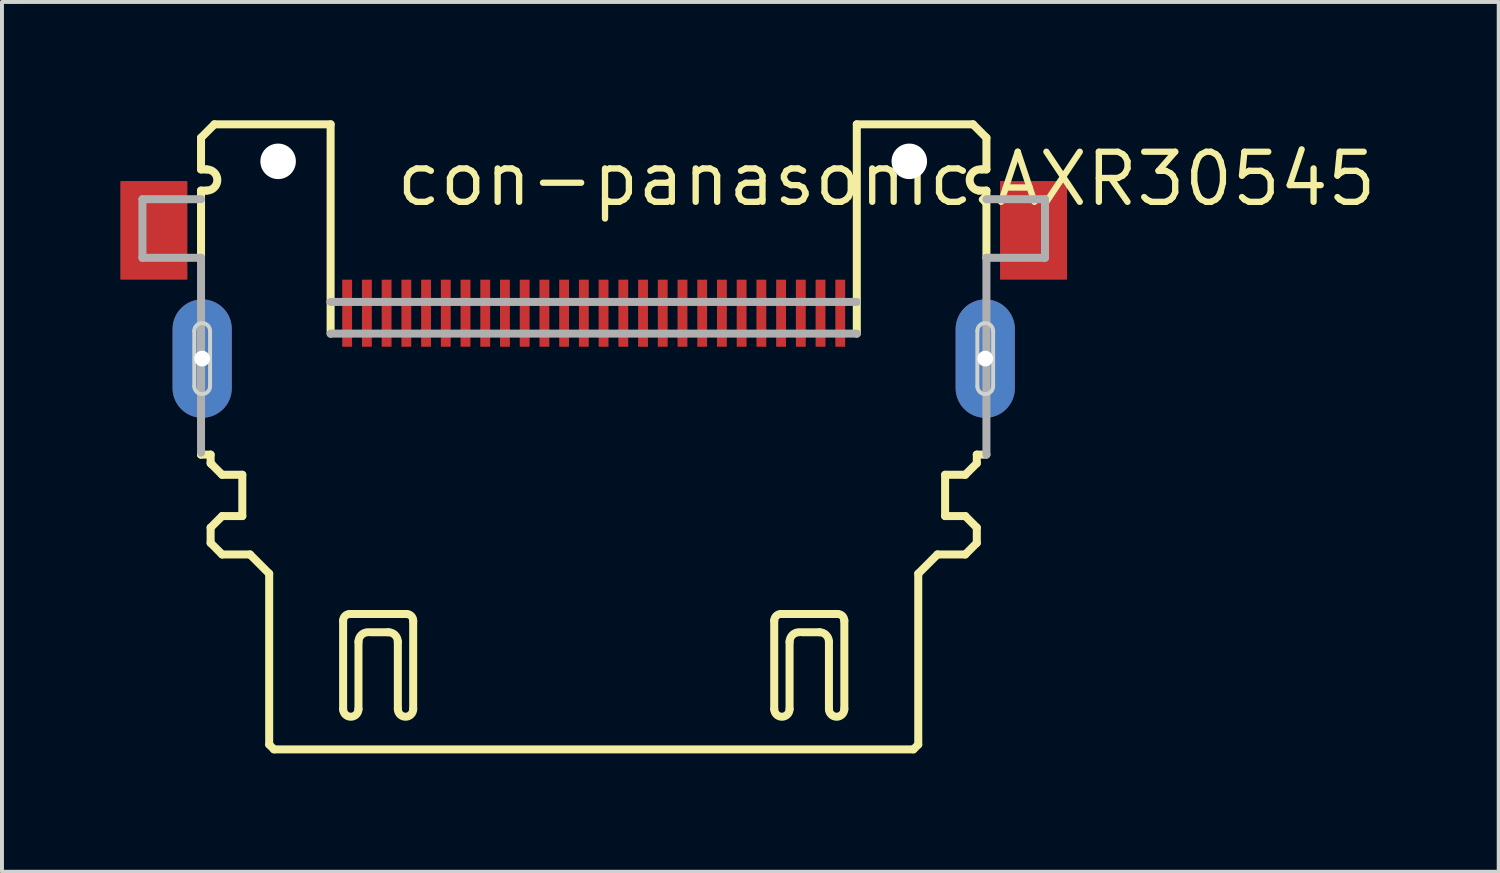
<source format=kicad_pcb>
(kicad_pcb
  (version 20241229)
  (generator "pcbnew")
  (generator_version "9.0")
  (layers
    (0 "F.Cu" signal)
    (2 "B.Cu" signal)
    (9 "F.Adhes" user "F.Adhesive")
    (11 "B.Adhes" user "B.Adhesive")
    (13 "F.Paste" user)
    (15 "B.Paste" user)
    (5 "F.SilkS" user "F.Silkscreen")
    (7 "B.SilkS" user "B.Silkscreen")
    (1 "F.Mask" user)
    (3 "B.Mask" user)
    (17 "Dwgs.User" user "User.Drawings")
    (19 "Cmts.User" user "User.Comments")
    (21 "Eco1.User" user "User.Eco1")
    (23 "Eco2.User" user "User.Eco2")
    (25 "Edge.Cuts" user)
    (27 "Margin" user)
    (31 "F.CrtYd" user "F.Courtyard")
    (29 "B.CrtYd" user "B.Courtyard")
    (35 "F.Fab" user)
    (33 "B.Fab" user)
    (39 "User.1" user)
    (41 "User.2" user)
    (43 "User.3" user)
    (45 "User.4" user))
  (footprint "con-panasonic.AXR30545"
    (layer "F.Cu")
    (at 12 6.04)
    (property "Reference" "con-panasonic.AXR30545" (at -5.08 -3.81 0) (layer "F.SilkS") (effects (font (size 1.27 1.27) (thickness 0.16)) (justify left bottom)))
    (attr smd)
    (fp_rect (start -6.4 -0.25) (end -6.1 -2.05) (stroke (width 0.05) (type default)) (fill yes) (layer "F.Mask"))
    (fp_rect (start -5.9 -0.25) (end -5.6 -2.05) (stroke (width 0.05) (type default)) (fill yes) (layer "F.Mask"))
    (fp_rect (start -5.4 -0.25) (end -5.1 -2.05) (stroke (width 0.05) (type default)) (fill yes) (layer "F.Mask"))
    (fp_rect (start -4.9 -0.25) (end -4.6 -2.05) (stroke (width 0.05) (type default)) (fill yes) (layer "F.Mask"))
    (fp_rect (start -4.4 -0.25) (end -4.1 -2.05) (stroke (width 0.05) (type default)) (fill yes) (layer "F.Mask"))
    (fp_rect (start -3.9 -0.25) (end -3.6 -2.05) (stroke (width 0.05) (type default)) (fill yes) (layer "F.Mask"))
    (fp_rect (start -3.4 -0.25) (end -3.1 -2.05) (stroke (width 0.05) (type default)) (fill yes) (layer "F.Mask"))
    (fp_rect (start -2.9 -0.25) (end -2.6 -2.05) (stroke (width 0.05) (type default)) (fill yes) (layer "F.Mask"))
    (fp_rect (start -2.4 -0.25) (end -2.1 -2.05) (stroke (width 0.05) (type default)) (fill yes) (layer "F.Mask"))
    (fp_rect (start -1.9 -0.25) (end -1.6 -2.05) (stroke (width 0.05) (type default)) (fill yes) (layer "F.Mask"))
    (fp_rect (start -1.4 -0.25) (end -1.1 -2.05) (stroke (width 0.05) (type default)) (fill yes) (layer "F.Mask"))
    (fp_rect (start -0.9 -0.25) (end -0.6 -2.05) (stroke (width 0.05) (type default)) (fill yes) (layer "F.Mask"))
    (fp_rect (start -0.4 -0.25) (end -0.1 -2.05) (stroke (width 0.05) (type default)) (fill yes) (layer "F.Mask"))
    (fp_rect (start 0.1 -0.25) (end 0.4 -2.05) (stroke (width 0.05) (type default)) (fill yes) (layer "F.Mask"))
    (fp_rect (start 0.6 -0.25) (end 0.9 -2.05) (stroke (width 0.05) (type default)) (fill yes) (layer "F.Mask"))
    (fp_rect (start 1.1 -0.25) (end 1.4 -2.05) (stroke (width 0.05) (type default)) (fill yes) (layer "F.Mask"))
    (fp_rect (start 1.6 -0.25) (end 1.9 -2.05) (stroke (width 0.05) (type default)) (fill yes) (layer "F.Mask"))
    (fp_rect (start 2.1 -0.25) (end 2.4 -2.05) (stroke (width 0.05) (type default)) (fill yes) (layer "F.Mask"))
    (fp_rect (start 2.6 -0.25) (end 2.9 -2.05) (stroke (width 0.05) (type default)) (fill yes) (layer "F.Mask"))
    (fp_rect (start 3.1 -0.25) (end 3.4 -2.05) (stroke (width 0.05) (type default)) (fill yes) (layer "F.Mask"))
    (fp_rect (start 3.6 -0.25) (end 3.9 -2.05) (stroke (width 0.05) (type default)) (fill yes) (layer "F.Mask"))
    (fp_rect (start 4.1 -0.25) (end 4.4 -2.05) (stroke (width 0.05) (type default)) (fill yes) (layer "F.Mask"))
    (fp_rect (start 4.6 -0.25) (end 4.9 -2.05) (stroke (width 0.05) (type default)) (fill yes) (layer "F.Mask"))
    (fp_rect (start 5.1 -0.25) (end 5.4 -2.05) (stroke (width 0.05) (type default)) (fill yes) (layer "F.Mask"))
    (fp_rect (start 5.6 -0.25) (end 5.9 -2.05) (stroke (width 0.05) (type default)) (fill yes) (layer "F.Mask"))
    (fp_rect (start 6.1 -0.25) (end 6.4 -2.05) (stroke (width 0.05) (type default)) (fill yes) (layer "F.Mask"))
    (fp_line (start -9.955 2.434) (end -9.954 2.385) (stroke (width 0.203) (type default)) (layer "F.SilkS"))
    (fp_line (start -9.954 -5.598) (end -9.614 -5.939) (stroke (width 0.203) (type default)) (layer "F.SilkS"))
    (fp_line (start -9.954 -4.795) (end -9.954 -5.598) (stroke (width 0.203) (type default)) (layer "F.SilkS"))
    (fp_line (start -9.954 -4.259) (end -9.809 -4.259) (stroke (width 0.203) (type default)) (layer "F.SilkS"))
    (fp_line (start -9.954 -4.04) (end -9.954 -4.259) (stroke (width 0.203) (type default)) (layer "F.SilkS"))
    (fp_line (start -9.954 -4.04) (end -9.954 -2.555) (stroke (width 0.203) (type default)) (layer "F.SilkS"))
    (fp_line (start -9.809 -4.795) (end -9.954 -4.795) (stroke (width 0.203) (type default)) (layer "F.SilkS"))
    (fp_line (start -9.711 2.434) (end -9.955 2.434) (stroke (width 0.203) (type default)) (layer "F.SilkS"))
    (fp_line (start -9.711 2.653) (end -9.711 2.434) (stroke (width 0.203) (type default)) (layer "F.SilkS"))
    (fp_line (start -9.711 4.284) (end -9.419 3.992) (stroke (width 0.203) (type default)) (layer "F.SilkS"))
    (fp_line (start -9.711 4.673) (end -9.711 4.284) (stroke (width 0.203) (type default)) (layer "F.SilkS"))
    (fp_line (start -9.687 2.677) (end -9.711 2.653) (stroke (width 0.203) (type default)) (layer "F.SilkS"))
    (fp_line (start -9.687 2.677) (end -9.687 2.677) (stroke (width 0.203) (type default)) (layer "F.SilkS"))
    (fp_line (start -9.614 -5.939) (end -6.669 -5.939) (stroke (width 0.203) (type default)) (layer "F.SilkS"))
    (fp_line (start -9.419 2.945) (end -9.687 2.677) (stroke (width 0.203) (type default)) (layer "F.SilkS"))
    (fp_line (start -9.419 3.992) (end -8.908 3.992) (stroke (width 0.203) (type default)) (layer "F.SilkS"))
    (fp_line (start -9.419 4.965) (end -9.711 4.673) (stroke (width 0.203) (type default)) (layer "F.SilkS"))
    (fp_line (start -8.908 2.945) (end -9.419 2.945) (stroke (width 0.203) (type default)) (layer "F.SilkS"))
    (fp_line (start -8.908 3.992) (end -8.908 2.945) (stroke (width 0.203) (type default)) (layer "F.SilkS"))
    (fp_line (start -8.713 4.965) (end -9.419 4.965) (stroke (width 0.203) (type default)) (layer "F.SilkS"))
    (fp_line (start -8.226 5.452) (end -8.713 4.965) (stroke (width 0.203) (type default)) (layer "F.SilkS"))
    (fp_line (start -8.226 9.784) (end -8.226 5.452) (stroke (width 0.203) (type default)) (layer "F.SilkS"))
    (fp_line (start -8.105 9.906) (end -8.226 9.784) (stroke (width 0.203) (type default)) (layer "F.SilkS"))
    (fp_line (start -6.669 -5.939) (end -6.669 -1.436) (stroke (width 0.203) (type default)) (layer "F.SilkS"))
    (fp_line (start -6.669 -1.436) (end -6.669 -0.633) (stroke (width 0.203) (type default)) (layer "F.SilkS"))
    (fp_line (start -6.352 8.884) (end -6.352 6.645) (stroke (width 0.203) (type default)) (layer "F.SilkS"))
    (fp_line (start -6.182 6.474) (end -4.746 6.474) (stroke (width 0.203) (type default)) (layer "F.SilkS"))
    (fp_line (start -5.963 7.18) (end -5.963 8.884) (stroke (width 0.203) (type default)) (layer "F.SilkS"))
    (fp_line (start -5.208 6.937) (end -5.646 6.937) (stroke (width 0.203) (type default)) (layer "F.SilkS"))
    (fp_line (start -4.965 8.884) (end -4.965 7.18) (stroke (width 0.203) (type default)) (layer "F.SilkS"))
    (fp_line (start -4.576 6.645) (end -4.576 8.884) (stroke (width 0.203) (type default)) (layer "F.SilkS"))
    (fp_line (start 4.576 8.884) (end 4.576 6.645) (stroke (width 0.203) (type default)) (layer "F.SilkS"))
    (fp_line (start 4.746 6.474) (end 6.182 6.474) (stroke (width 0.203) (type default)) (layer "F.SilkS"))
    (fp_line (start 4.965 7.18) (end 4.965 8.884) (stroke (width 0.203) (type default)) (layer "F.SilkS"))
    (fp_line (start 5.72 6.937) (end 5.282 6.937) (stroke (width 0.203) (type default)) (layer "F.SilkS"))
    (fp_line (start 5.963 8.884) (end 5.963 7.18) (stroke (width 0.203) (type default)) (layer "F.SilkS"))
    (fp_line (start 6.353 6.645) (end 6.353 8.884) (stroke (width 0.203) (type default)) (layer "F.SilkS"))
    (fp_line (start 6.669 -5.939) (end 9.614 -5.939) (stroke (width 0.203) (type default)) (layer "F.SilkS"))
    (fp_line (start 6.669 -1.436) (end 6.669 -5.939) (stroke (width 0.203) (type default)) (layer "F.SilkS"))
    (fp_line (start 6.669 -0.633) (end 6.669 -1.436) (stroke (width 0.203) (type default)) (layer "F.SilkS"))
    (fp_line (start 8.105 9.906) (end -8.105 9.906) (stroke (width 0.203) (type default)) (layer "F.SilkS"))
    (fp_line (start 8.227 5.452) (end 8.227 9.784) (stroke (width 0.203) (type default)) (layer "F.SilkS"))
    (fp_line (start 8.227 9.784) (end 8.105 9.906) (stroke (width 0.203) (type default)) (layer "F.SilkS"))
    (fp_line (start 8.713 4.965) (end 8.227 5.452) (stroke (width 0.203) (type default)) (layer "F.SilkS"))
    (fp_line (start 8.908 2.945) (end 8.908 3.992) (stroke (width 0.203) (type default)) (layer "F.SilkS"))
    (fp_line (start 8.908 3.992) (end 9.419 3.992) (stroke (width 0.203) (type default)) (layer "F.SilkS"))
    (fp_line (start 9.419 2.945) (end 8.908 2.945) (stroke (width 0.203) (type default)) (layer "F.SilkS"))
    (fp_line (start 9.419 3.992) (end 9.711 4.284) (stroke (width 0.203) (type default)) (layer "F.SilkS"))
    (fp_line (start 9.419 4.965) (end 8.713 4.965) (stroke (width 0.203) (type default)) (layer "F.SilkS"))
    (fp_line (start 9.614 -5.939) (end 9.955 -5.598) (stroke (width 0.203) (type default)) (layer "F.SilkS"))
    (fp_line (start 9.711 4.673) (end 9.419 4.965) (stroke (width 0.203) (type default)) (layer "F.SilkS"))
    (fp_line (start 9.711 2.434) (end 9.711 2.653) (stroke (width 0.203) (type default)) (layer "F.SilkS"))
    (fp_line (start 9.711 2.653) (end 9.419 2.945) (stroke (width 0.203) (type default)) (layer "F.SilkS"))
    (fp_line (start 9.711 4.284) (end 9.711 4.673) (stroke (width 0.203) (type default)) (layer "F.SilkS"))
    (fp_line (start 9.76 -4.259) (end 9.955 -4.259) (stroke (width 0.203) (type default)) (layer "F.SilkS"))
    (fp_line (start 9.955 -5.598) (end 9.955 -4.795) (stroke (width 0.203) (type default)) (layer "F.SilkS"))
    (fp_line (start 9.955 -4.795) (end 9.833 -4.795) (stroke (width 0.203) (type default)) (layer "F.SilkS"))
    (fp_line (start 9.955 -2.555) (end 9.955 -4.04) (stroke (width 0.203) (type default)) (layer "F.SilkS"))
    (fp_line (start 9.955 2.434) (end 9.711 2.434) (stroke (width 0.203) (type default)) (layer "F.SilkS"))
    (fp_line (start 9.955 -4.259) (end 9.955 -4.04) (stroke (width 0.203) (type default)) (layer "F.SilkS"))
    (fp_arc (start -9.8085 -4.7947) (mid -9.54075 -4.52695) (end -9.8085 -4.2592) (stroke (width 0.2032) (type default)) (layer "F.SilkS"))
    (fp_arc (start -6.3524 6.6447) (mid -6.302491 6.524209) (end -6.182 6.4743) (stroke (width 0.2032) (type default)) (layer "F.SilkS"))
    (fp_arc (start -5.963 7.1801) (mid -5.89171 7.00799) (end -5.7196 6.9367) (stroke (width 0.2032) (type default)) (layer "F.SilkS"))
    (fp_arc (start -5.9629 8.8838) (mid -6.15765 9.07855) (end -6.3524 8.8838) (stroke (width 0.2032) (type default)) (layer "F.SilkS"))
    (fp_arc (start -5.2084 6.9367) (mid -5.03629 7.00799) (end -4.965 7.1801) (stroke (width 0.2032) (type default)) (layer "F.SilkS"))
    (fp_arc (start -4.746 6.4743) (mid -4.625509 6.524209) (end -4.5756 6.6447) (stroke (width 0.2032) (type default)) (layer "F.SilkS"))
    (fp_arc (start -4.5756 8.8838) (mid -4.7703 9.0785) (end -4.965 8.8838) (stroke (width 0.2032) (type default)) (layer "F.SilkS"))
    (fp_arc (start 4.5759 6.6447) (mid 4.625809 6.524209) (end 4.7463 6.4743) (stroke (width 0.2032) (type default)) (layer "F.SilkS"))
    (fp_arc (start 4.9653 7.1801) (mid 5.03659 7.00799) (end 5.2087 6.9367) (stroke (width 0.2032) (type default)) (layer "F.SilkS"))
    (fp_arc (start 4.9654 8.8838) (mid 4.77065 9.07855) (end 4.5759 8.8838) (stroke (width 0.2032) (type default)) (layer "F.SilkS"))
    (fp_arc (start 5.7199 6.9367) (mid 5.89201 7.00799) (end 5.9633 7.1801) (stroke (width 0.2032) (type default)) (layer "F.SilkS"))
    (fp_arc (start 6.1823 6.4743) (mid 6.302791 6.524209) (end 6.3527 6.6447) (stroke (width 0.2032) (type default)) (layer "F.SilkS"))
    (fp_arc (start 6.3527 8.8838) (mid 6.158 9.0785) (end 5.9633 8.8838) (stroke (width 0.2032) (type default)) (layer "F.SilkS"))
    (fp_arc (start 9.7601 -4.2593) (mid 9.5289 -4.5635) (end 9.8331 -4.7947) (stroke (width 0.2032) (type default)) (layer "F.SilkS"))
    (fp_line (start -10.125 -0.7) (end -10.125 0.7) (stroke (width 0.1) (type default)) (layer "Edge.Cuts"))
    (fp_line (start -9.725 -0.7) (end -9.725 0.7) (stroke (width 0.1) (type default)) (layer "Edge.Cuts"))
    (fp_line (start 9.725 -0.7) (end 9.725 0.7) (stroke (width 0.1) (type default)) (layer "Edge.Cuts"))
    (fp_line (start 10.125 -0.7) (end 10.125 0.7) (stroke (width 0.1) (type default)) (layer "Edge.Cuts"))
    (fp_arc (start -10.125 -0.7) (mid -9.925 -0.9) (end -9.725 -0.7) (stroke (width 0.1) (type default)) (layer "Edge.Cuts"))
    (fp_arc (start -9.725 0.7) (mid -9.925 0.9) (end -10.125 0.7) (stroke (width 0.1) (type default)) (layer "Edge.Cuts"))
    (fp_arc (start 9.725 -0.7) (mid 9.925 -0.9) (end 10.125 -0.7) (stroke (width 0.1) (type default)) (layer "Edge.Cuts"))
    (fp_arc (start 10.125 0.7) (mid 9.925 0.9) (end 9.725 0.7) (stroke (width 0.1) (type default)) (layer "Edge.Cuts"))
    (fp_line (start -11.439 -4.04) (end -9.954 -4.04) (stroke (width 0.203) (type default)) (layer "F.Fab"))
    (fp_line (start -11.439 -2.555) (end -11.439 -4.04) (stroke (width 0.203) (type default)) (layer "F.Fab"))
    (fp_line (start -9.954 -2.555) (end -11.439 -2.555) (stroke (width 0.203) (type default)) (layer "F.Fab"))
    (fp_line (start -9.954 2.385) (end -9.954 -2.555) (stroke (width 0.203) (type default)) (layer "F.Fab"))
    (fp_line (start -6.669 -1.436) (end 6.669 -1.436) (stroke (width 0.203) (type default)) (layer "F.Fab"))
    (fp_line (start -6.669 -0.633) (end 6.669 -0.633) (stroke (width 0.203) (type default)) (layer "F.Fab"))
    (fp_line (start 9.955 -4.04) (end 11.44 -4.04) (stroke (width 0.203) (type default)) (layer "F.Fab"))
    (fp_line (start 9.955 -2.555) (end 9.955 2.434) (stroke (width 0.203) (type default)) (layer "F.Fab"))
    (fp_line (start 11.44 -4.04) (end 11.44 -2.555) (stroke (width 0.203) (type default)) (layer "F.Fab"))
    (fp_line (start 11.44 -2.555) (end 9.955 -2.555) (stroke (width 0.203) (type default)) (layer "F.Fab"))
    (pad "" np_thru_hole circle (at -8 -5) (size 0.9 0.9) (drill 0.9) (layers "*.Cu" "*.Mask"))
    (pad "" np_thru_hole circle (at 8 -5) (size 0.9 0.9) (drill 0.9) (layers "*.Cu" "*.Mask"))
    (pad "1" smd roundrect (at -6.25 -1.15) (size 0.25 1.7) (layers "F.Cu" "F.Mask" "F.Paste") (roundrect_rratio 0.01))
    (pad "2" smd roundrect (at -5.75 -1.15) (size 0.25 1.7) (layers "F.Cu" "F.Mask" "F.Paste") (roundrect_rratio 0.01))
    (pad "3" smd roundrect (at -5.25 -1.15) (size 0.25 1.7) (layers "F.Cu" "F.Mask" "F.Paste") (roundrect_rratio 0.01))
    (pad "4" smd roundrect (at -4.75 -1.15) (size 0.25 1.7) (layers "F.Cu" "F.Mask" "F.Paste") (roundrect_rratio 0.01))
    (pad "5" smd roundrect (at -4.25 -1.15) (size 0.25 1.7) (layers "F.Cu" "F.Mask" "F.Paste") (roundrect_rratio 0.01))
    (pad "6" smd roundrect (at -3.75 -1.15) (size 0.25 1.7) (layers "F.Cu" "F.Mask" "F.Paste") (roundrect_rratio 0.01))
    (pad "7" smd roundrect (at -3.25 -1.15) (size 0.25 1.7) (layers "F.Cu" "F.Mask" "F.Paste") (roundrect_rratio 0.01))
    (pad "8" smd roundrect (at -2.75 -1.15) (size 0.25 1.7) (layers "F.Cu" "F.Mask" "F.Paste") (roundrect_rratio 0.01))
    (pad "9" smd roundrect (at -2.25 -1.15) (size 0.25 1.7) (layers "F.Cu" "F.Mask" "F.Paste") (roundrect_rratio 0.01))
    (pad "10" smd roundrect (at -1.75 -1.15) (size 0.25 1.7) (layers "F.Cu" "F.Mask" "F.Paste") (roundrect_rratio 0.01))
    (pad "11" smd roundrect (at -1.25 -1.15) (size 0.25 1.7) (layers "F.Cu" "F.Mask" "F.Paste") (roundrect_rratio 0.01))
    (pad "12" smd roundrect (at -0.75 -1.15) (size 0.25 1.7) (layers "F.Cu" "F.Mask" "F.Paste") (roundrect_rratio 0.01))
    (pad "13" smd roundrect (at -0.25 -1.15) (size 0.25 1.7) (layers "F.Cu" "F.Mask" "F.Paste") (roundrect_rratio 0.01))
    (pad "14" smd roundrect (at 0.25 -1.15) (size 0.25 1.7) (layers "F.Cu" "F.Mask" "F.Paste") (roundrect_rratio 0.01))
    (pad "15" smd roundrect (at 0.75 -1.15) (size 0.25 1.7) (layers "F.Cu" "F.Mask" "F.Paste") (roundrect_rratio 0.01))
    (pad "16" smd roundrect (at 1.25 -1.15) (size 0.25 1.7) (layers "F.Cu" "F.Mask" "F.Paste") (roundrect_rratio 0.01))
    (pad "17" smd roundrect (at 1.75 -1.15) (size 0.25 1.7) (layers "F.Cu" "F.Mask" "F.Paste") (roundrect_rratio 0.01))
    (pad "18" smd roundrect (at 2.25 -1.15) (size 0.25 1.7) (layers "F.Cu" "F.Mask" "F.Paste") (roundrect_rratio 0.01))
    (pad "19" smd roundrect (at 2.75 -1.15) (size 0.25 1.7) (layers "F.Cu" "F.Mask" "F.Paste") (roundrect_rratio 0.01))
    (pad "20" smd roundrect (at 3.25 -1.15) (size 0.25 1.7) (layers "F.Cu" "F.Mask" "F.Paste") (roundrect_rratio 0.01))
    (pad "21" smd roundrect (at 3.75 -1.15) (size 0.25 1.7) (layers "F.Cu" "F.Mask" "F.Paste") (roundrect_rratio 0.01))
    (pad "22" smd roundrect (at 4.25 -1.15) (size 0.25 1.7) (layers "F.Cu" "F.Mask" "F.Paste") (roundrect_rratio 0.01))
    (pad "23" smd roundrect (at 4.75 -1.15) (size 0.25 1.7) (layers "F.Cu" "F.Mask" "F.Paste") (roundrect_rratio 0.01))
    (pad "24" smd roundrect (at 5.25 -1.15) (size 0.25 1.7) (layers "F.Cu" "F.Mask" "F.Paste") (roundrect_rratio 0.01))
    (pad "25" smd roundrect (at 5.75 -1.15) (size 0.25 1.7) (layers "F.Cu" "F.Mask" "F.Paste") (roundrect_rratio 0.01))
    (pad "26" smd roundrect (at 6.25 -1.15) (size 0.25 1.7) (layers "F.Cu" "F.Mask" "F.Paste") (roundrect_rratio 0.01))
    (pad "M1" thru_hole oval (at -9.925 0 90) (size 3 1.5) (drill 0.4) (layers "*.Cu" "*.Mask"))
    (pad "M2" thru_hole oval (at 9.925 0 90) (size 3 1.5) (drill 0.4) (layers "*.Cu" "*.Mask"))
    (pad "M3" smd roundrect (at -11.15 -3.25) (size 1.7 2.5) (layers "F.Cu" "F.Mask" "F.Paste") (roundrect_rratio 0.01))
    (pad "M4" smd roundrect (at 11.15 -3.25) (size 1.7 2.5) (layers "F.Cu" "F.Mask" "F.Paste") (roundrect_rratio 0.01)))
  (gr_rect
    (start -3 -3)
    (end 34.941 19.048)
    (stroke (width 0.1) (type default))
    (fill no)
    (layer "Edge.Cuts")))
</source>
